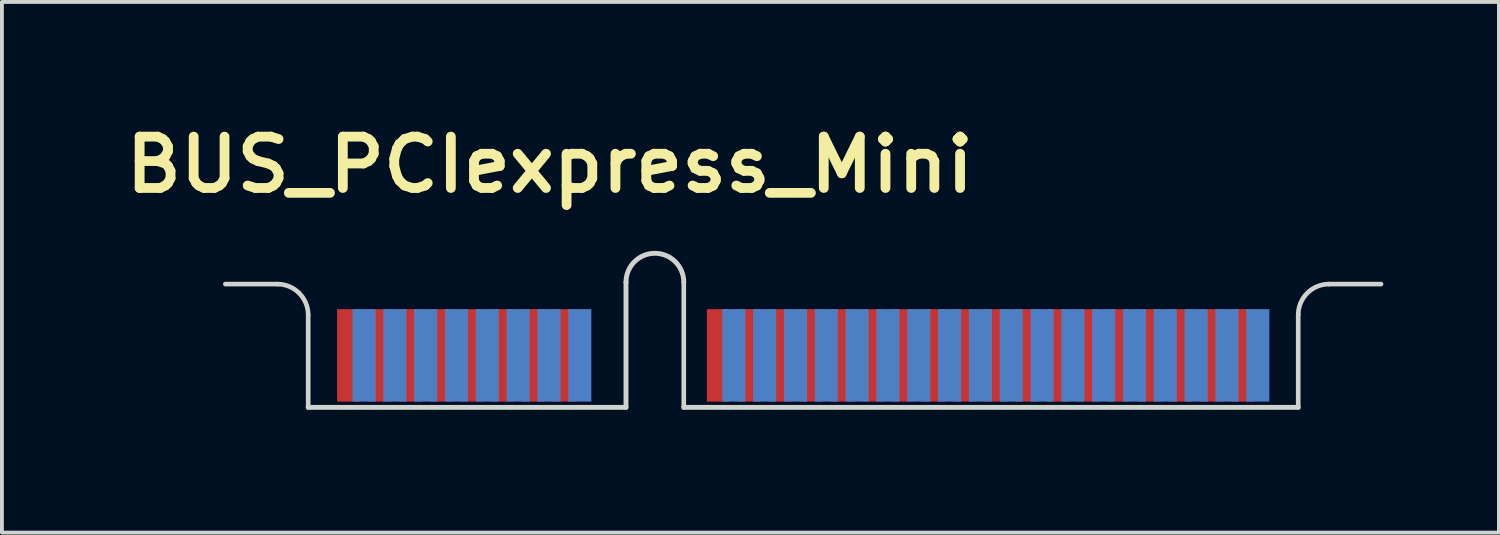
<source format=kicad_pcb>
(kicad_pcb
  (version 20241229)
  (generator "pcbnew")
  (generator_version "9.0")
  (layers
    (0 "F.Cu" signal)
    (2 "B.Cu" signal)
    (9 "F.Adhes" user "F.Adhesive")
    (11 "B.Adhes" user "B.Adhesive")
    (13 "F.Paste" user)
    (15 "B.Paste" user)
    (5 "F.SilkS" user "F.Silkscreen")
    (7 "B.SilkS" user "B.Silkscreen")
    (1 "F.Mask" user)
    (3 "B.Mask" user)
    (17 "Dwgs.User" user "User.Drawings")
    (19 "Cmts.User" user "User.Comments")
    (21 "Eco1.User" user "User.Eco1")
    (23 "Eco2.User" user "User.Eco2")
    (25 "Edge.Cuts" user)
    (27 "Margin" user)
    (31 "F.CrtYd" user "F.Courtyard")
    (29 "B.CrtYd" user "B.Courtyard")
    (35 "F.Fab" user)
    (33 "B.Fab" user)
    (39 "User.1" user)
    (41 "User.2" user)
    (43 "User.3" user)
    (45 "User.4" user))
  (footprint "BUS_PCIexpress_Mini"
    (layer "F.Cu")
    (at 4.95 7.525)
    (property "Reference" "BUS_PCIexpress_Mini" (at 6.274 -6.299 0) (unlocked yes) (layer "F.SilkS") (effects (font (size 1.333 1.402) (thickness 0.254))))
    (attr smd)
    (fp_line (start -0.8 -3.2) (end -2.15 -3.2) (stroke (width 0.12) (type solid)) (layer "Edge.Cuts"))
    (fp_line (start 0 0) (end 0 -2.4) (stroke (width 0.12) (type solid)) (layer "Edge.Cuts"))
    (fp_line (start 0 0) (end 8.25 0) (stroke (width 0.127) (type solid)) (layer "Edge.Cuts"))
    (fp_line (start 8.25 0) (end 8.25 -3.25) (stroke (width 0.127) (type solid)) (layer "Edge.Cuts"))
    (fp_line (start 9.75 -3.25) (end 9.75 0) (stroke (width 0.12) (type solid)) (layer "Edge.Cuts"))
    (fp_line (start 9.75 0) (end 25.7 0) (stroke (width 0.127) (type solid)) (layer "Edge.Cuts"))
    (fp_line (start 25.7 0) (end 25.7 -2.4) (stroke (width 0.12) (type solid)) (layer "Edge.Cuts"))
    (fp_line (start 27.85 -3.2) (end 26.5 -3.2) (stroke (width 0.12) (type solid)) (layer "Edge.Cuts"))
    (fp_arc (start -0.8 -3.2) (mid -0.234315 -2.965685) (end 0 -2.4) (stroke (width 0.12) (type solid)) (layer "Edge.Cuts"))
    (fp_arc (start 8.25 -3.25) (mid 9 -4) (end 9.75 -3.25) (stroke (width 0.127) (type solid)) (layer "Edge.Cuts"))
    (fp_arc (start 25.7 -2.4) (mid 25.934315 -2.965685) (end 26.5 -3.2) (stroke (width 0.12) (type solid)) (layer "Edge.Cuts"))
    (pad "1" smd rect (at 1.05 -1.35 90) (size 2.4 0.6) (layers "F.Cu" "F.Mask"))
    (pad "2" smd rect (at 1.45 -1.35 90) (size 2.4 0.6) (layers "B.Cu" "B.Mask"))
    (pad "3" smd rect (at 1.85 -1.35 90) (size 2.4 0.6) (layers "F.Cu" "F.Mask"))
    (pad "4" smd rect (at 2.25 -1.35 90) (size 2.4 0.6) (layers "B.Cu" "B.Mask"))
    (pad "5" smd rect (at 2.65 -1.35 90) (size 2.4 0.6) (layers "F.Cu" "F.Mask"))
    (pad "6" smd rect (at 3.05 -1.35 90) (size 2.4 0.6) (layers "B.Cu" "B.Mask"))
    (pad "7" smd rect (at 3.45 -1.35 90) (size 2.4 0.6) (layers "F.Cu" "F.Mask"))
    (pad "8" smd rect (at 3.85 -1.35 90) (size 2.4 0.6) (layers "B.Cu" "B.Mask"))
    (pad "9" smd rect (at 4.25 -1.35 90) (size 2.4 0.6) (layers "F.Cu" "F.Mask"))
    (pad "10" smd rect (at 4.65 -1.35 90) (size 2.4 0.6) (layers "B.Cu" "B.Mask"))
    (pad "11" smd rect (at 5.05 -1.35 90) (size 2.4 0.6) (layers "F.Cu" "F.Mask"))
    (pad "12" smd rect (at 5.45 -1.35 90) (size 2.4 0.6) (layers "B.Cu" "B.Mask"))
    (pad "13" smd rect (at 5.85 -1.35 90) (size 2.4 0.6) (layers "F.Cu" "F.Mask"))
    (pad "14" smd rect (at 6.25 -1.35 90) (size 2.4 0.6) (layers "B.Cu" "B.Mask"))
    (pad "15" smd rect (at 6.65 -1.35 90) (size 2.4 0.6) (layers "F.Cu" "F.Mask"))
    (pad "16" smd rect (at 7.05 -1.35 90) (size 2.4 0.6) (layers "B.Cu" "B.Mask"))
    (pad "17" smd rect (at 10.65 -1.35 90) (size 2.4 0.6) (layers "F.Cu" "F.Mask"))
    (pad "18" smd rect (at 11.05 -1.35 90) (size 2.4 0.6) (layers "B.Cu" "B.Mask"))
    (pad "19" smd rect (at 11.45 -1.35 90) (size 2.4 0.6) (layers "F.Cu" "F.Mask"))
    (pad "20" smd rect (at 11.85 -1.35 90) (size 2.4 0.6) (layers "B.Cu" "B.Mask"))
    (pad "21" smd rect (at 12.25 -1.35 90) (size 2.4 0.6) (layers "F.Cu" "F.Mask"))
    (pad "22" smd rect (at 12.65 -1.35 90) (size 2.4 0.6) (layers "B.Cu" "B.Mask"))
    (pad "23" smd rect (at 13.05 -1.35 90) (size 2.4 0.6) (layers "F.Cu" "F.Mask"))
    (pad "24" smd rect (at 13.45 -1.35 90) (size 2.4 0.6) (layers "B.Cu" "B.Mask"))
    (pad "25" smd rect (at 13.85 -1.35 90) (size 2.4 0.6) (layers "F.Cu" "F.Mask"))
    (pad "26" smd rect (at 14.25 -1.35 90) (size 2.4 0.6) (layers "B.Cu" "B.Mask"))
    (pad "27" smd rect (at 14.65 -1.35 90) (size 2.4 0.6) (layers "F.Cu" "F.Mask"))
    (pad "28" smd rect (at 15.05 -1.35 90) (size 2.4 0.6) (layers "B.Cu" "B.Mask"))
    (pad "29" smd rect (at 15.45 -1.35 90) (size 2.4 0.6) (layers "F.Cu" "F.Mask"))
    (pad "30" smd rect (at 15.85 -1.35 90) (size 2.4 0.6) (layers "B.Cu" "B.Mask"))
    (pad "31" smd rect (at 16.25 -1.35 90) (size 2.4 0.6) (layers "F.Cu" "F.Mask"))
    (pad "32" smd rect (at 16.65 -1.35 90) (size 2.4 0.6) (layers "B.Cu" "B.Mask"))
    (pad "33" smd rect (at 17.05 -1.35 90) (size 2.4 0.6) (layers "F.Cu" "F.Mask"))
    (pad "34" smd rect (at 17.45 -1.35 90) (size 2.4 0.6) (layers "B.Cu" "B.Mask"))
    (pad "35" smd rect (at 17.85 -1.35 90) (size 2.4 0.6) (layers "F.Cu" "F.Mask"))
    (pad "36" smd rect (at 18.25 -1.35 90) (size 2.4 0.6) (layers "B.Cu" "B.Mask"))
    (pad "37" smd rect (at 18.65 -1.35 90) (size 2.4 0.6) (layers "F.Cu" "F.Mask"))
    (pad "38" smd rect (at 19.05 -1.35 90) (size 2.4 0.6) (layers "B.Cu" "B.Mask"))
    (pad "39" smd rect (at 19.45 -1.35 90) (size 2.4 0.6) (layers "F.Cu" "F.Mask"))
    (pad "40" smd rect (at 19.85 -1.35 90) (size 2.4 0.6) (layers "B.Cu" "B.Mask"))
    (pad "41" smd rect (at 20.25 -1.35 90) (size 2.4 0.6) (layers "F.Cu" "F.Mask"))
    (pad "42" smd rect (at 20.65 -1.35 90) (size 2.4 0.6) (layers "B.Cu" "B.Mask"))
    (pad "43" smd rect (at 21.05 -1.35 90) (size 2.4 0.6) (layers "F.Cu" "F.Mask"))
    (pad "44" smd rect (at 21.45 -1.35 90) (size 2.4 0.6) (layers "B.Cu" "B.Mask"))
    (pad "45" smd rect (at 21.85 -1.35 90) (size 2.4 0.6) (layers "F.Cu" "F.Mask"))
    (pad "46" smd rect (at 22.25 -1.35 90) (size 2.4 0.6) (layers "B.Cu" "B.Mask"))
    (pad "47" smd rect (at 22.65 -1.35 90) (size 2.4 0.6) (layers "F.Cu" "F.Mask"))
    (pad "48" smd rect (at 23.05 -1.35 90) (size 2.4 0.6) (layers "B.Cu" "B.Mask"))
    (pad "49" smd rect (at 23.45 -1.35 90) (size 2.4 0.6) (layers "F.Cu" "F.Mask"))
    (pad "50" smd rect (at 23.85 -1.35 90) (size 2.4 0.6) (layers "B.Cu" "B.Mask"))
    (pad "51" smd rect (at 24.25 -1.35 90) (size 2.4 0.6) (layers "F.Cu" "F.Mask"))
    (pad "52" smd rect (at 24.65 -1.35 90) (size 2.4 0.6) (layers "B.Cu" "B.Mask")))
  (gr_rect
    (start -3 -3)
    (end 35.86 10.775)
    (stroke (width 0.1) (type default))
    (fill no)
    (layer "Edge.Cuts")))
</source>
